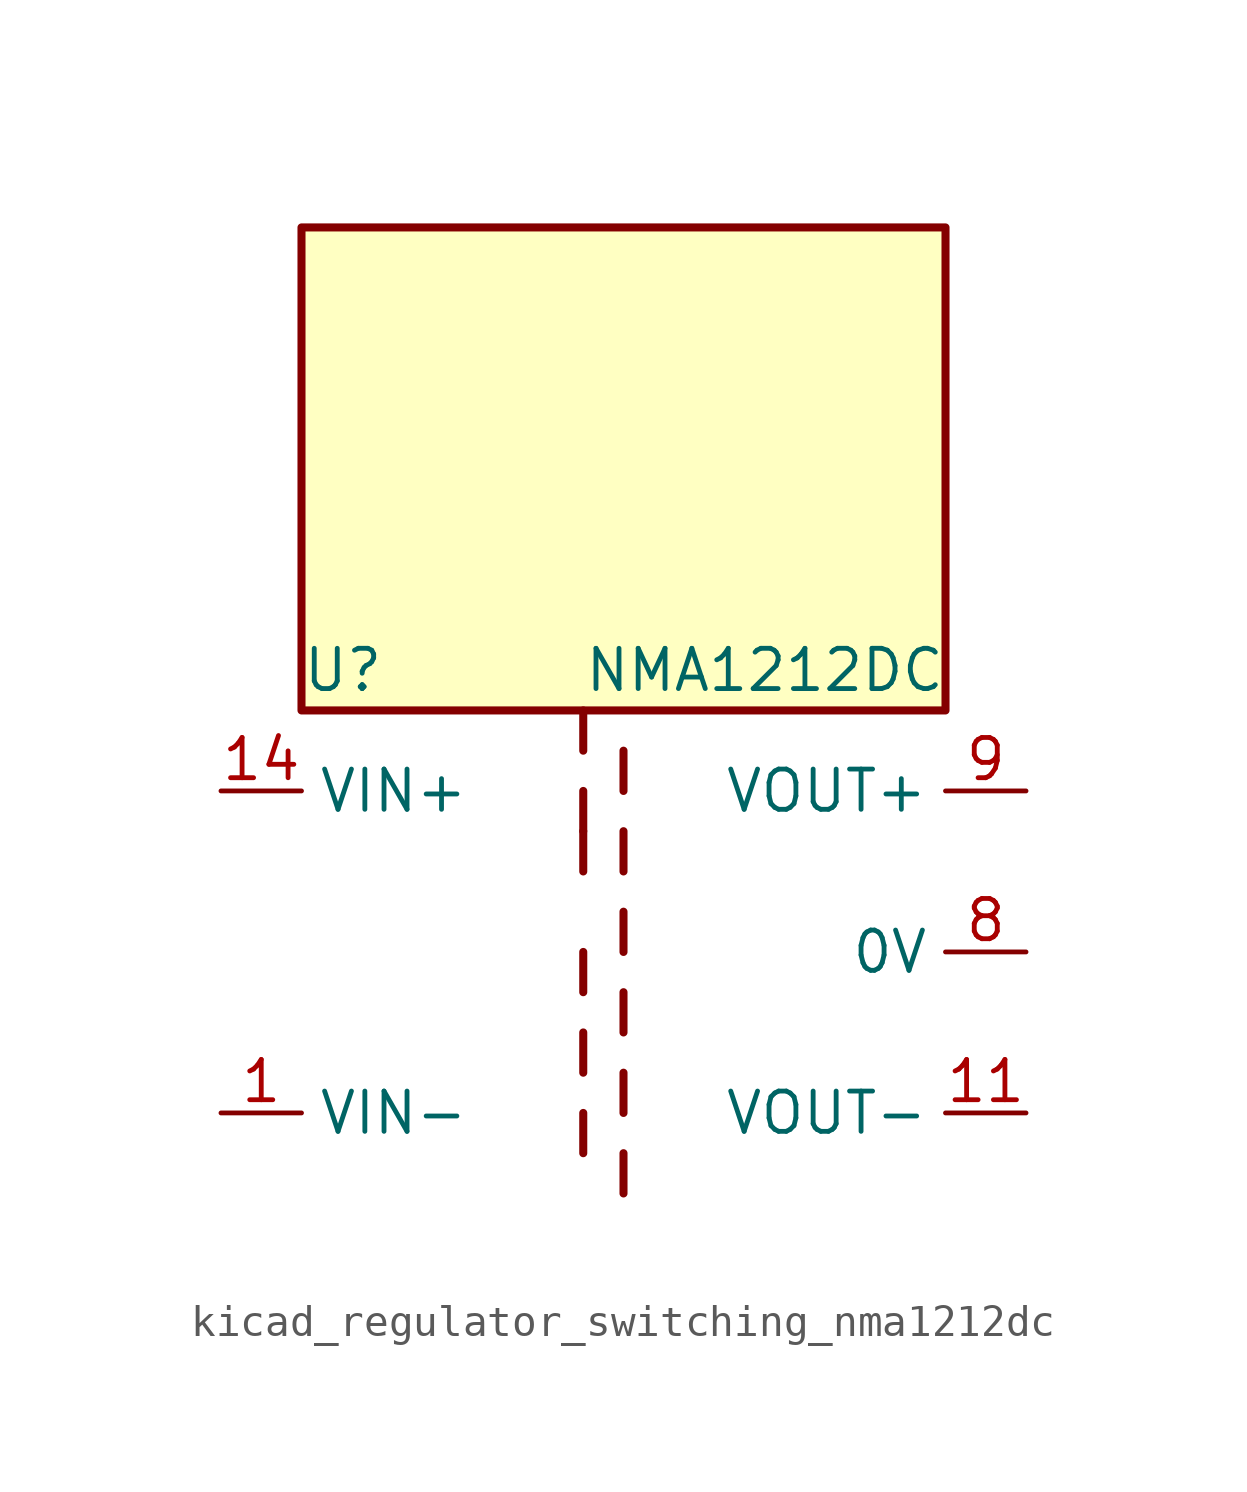
<source format=kicad_sym>
(kicad_symbol_lib
  (version 20220914)
  (generator kicad_symbol_editor)
  (symbol "kicad_regulator_switching_nma1212dc"
    (property "Reference" "U"
      (at -10.16 8.89 0)
      (effects (font (size 1.27 1.27)) (justify left)))
    (property "Value" "NMA1212DC"
      (at -1.27 8.89 0)
      (effects (font (size 1.27 1.27)) (justify left)))
    (symbol "kicad_regulator_switching_nma1212dc_0_1"
      (polyline (pts (xy -1.27 -5.08) (xy -1.27 -6.35)) (stroke (width 0.254) (type default)) (fill (type none)))
      (polyline (pts (xy -1.27 -2.54) (xy -1.27 -3.81)) (stroke (width 0.254) (type default)) (fill (type none)))
      (polyline (pts (xy -1.27 0) (xy -1.27 -1.27)) (stroke (width 0.254) (type default)) (fill (type none)))
      (polyline (pts (xy -1.27 2.54) (xy -1.27 3.81)) (stroke (width 0.254) (type default)) (fill (type none)))
      (polyline (pts (xy -1.27 5.08) (xy -1.27 3.81)) (stroke (width 0.254) (type default)) (fill (type none)))
      (polyline (pts (xy -1.27 7.62) (xy -1.27 6.35)) (stroke (width 0.254) (type default)) (fill (type none)))
      (polyline (pts (xy 0 -7.62) (xy 0 -6.35)) (stroke (width 0.254) (type default)) (fill (type none)))
      (polyline (pts (xy 0 -5.08) (xy 0 -3.81)) (stroke (width 0.254) (type default)) (fill (type none)))
      (polyline (pts (xy 0 -1.27) (xy 0 -2.54)) (stroke (width 0.254) (type default)) (fill (type none)))
      (polyline (pts (xy 0 0) (xy 0 1.27)) (stroke (width 0.254) (type default)) (fill (type none)))
      (polyline (pts (xy 0 2.54) (xy 0 3.81)) (stroke (width 0.254) (type default)) (fill (type none)))
      (polyline (pts (xy 0 5.08) (xy 0 6.35)) (stroke (width 0.254) (type default)) (fill (type none)))
      (rectangle (start 10.16 22.86) (end -10.16 7.62) (stroke (width 0.254) (type default)) (fill (type background))))
    (symbol "kicad_regulator_switching_nma1212dc_1_1"
      (pin power_in line (at -12.7 -5.08 0) (length 2.54) (name "VIN-" (effects (font (size 1.27 1.27)))) (number "1" (effects (font (size 1.27 1.27)))))
      (pin power_out line (at 12.7 -5.08 180) (length 2.54) (name "VOUT-" (effects (font (size 1.27 1.27)))) (number "11" (effects (font (size 1.27 1.27)))))
      (pin power_in line (at -12.7 5.08 0) (length 2.54) (name "VIN+" (effects (font (size 1.27 1.27)))) (number "14" (effects (font (size 1.27 1.27)))))
      (pin no_connect line (at -10.16 0 0) (length 2.54) hide (name "NC" (effects (font (size 1.27 1.27)))) (number "7" (effects (font (size 1.27 1.27)))))
      (pin power_out line (at 12.7 0 180) (length 2.54) (name "0V" (effects (font (size 1.27 1.27)))) (number "8" (effects (font (size 1.27 1.27)))))
      (pin power_out line (at 12.7 5.08 180) (length 2.54) (name "VOUT+" (effects (font (size 1.27 1.27)))) (number "9" (effects (font (size 1.27 1.27))))))))
</source>
